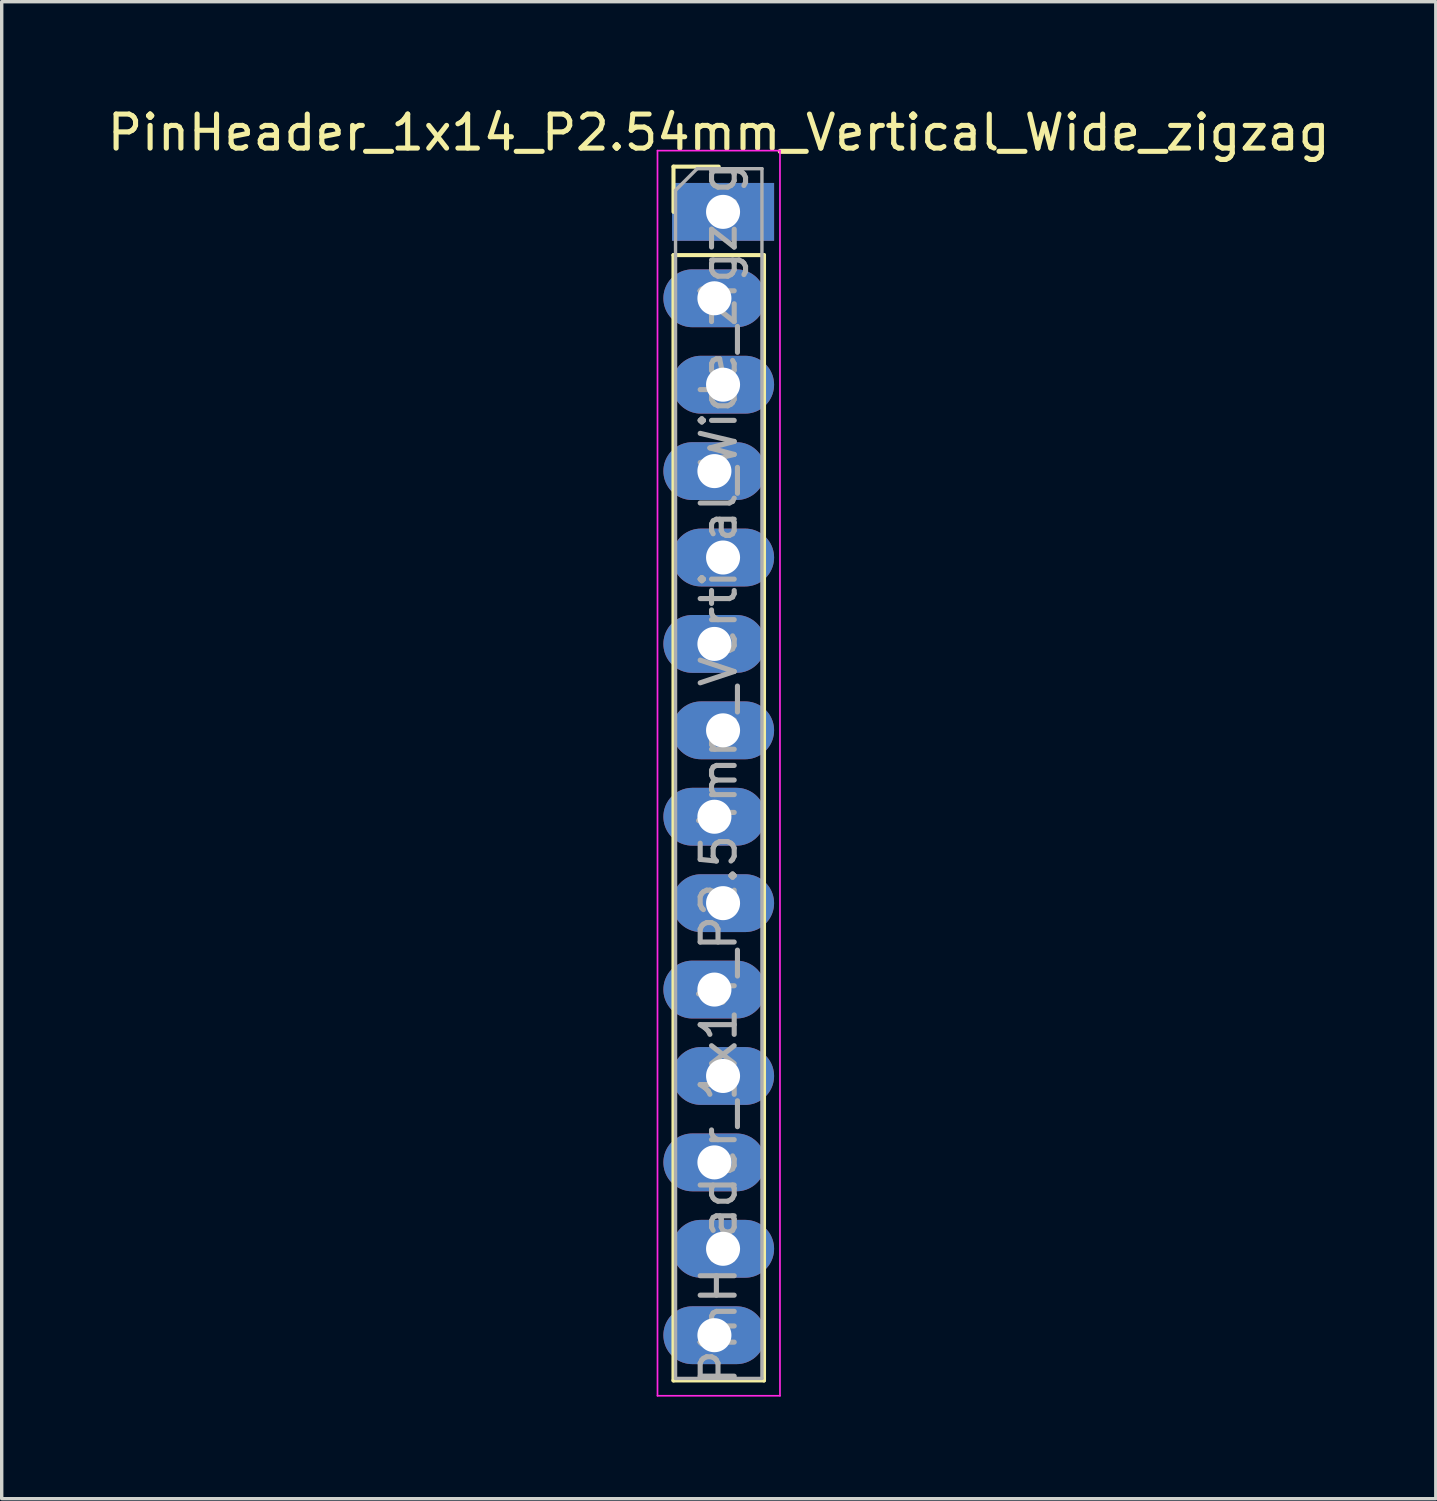
<source format=kicad_pcb>
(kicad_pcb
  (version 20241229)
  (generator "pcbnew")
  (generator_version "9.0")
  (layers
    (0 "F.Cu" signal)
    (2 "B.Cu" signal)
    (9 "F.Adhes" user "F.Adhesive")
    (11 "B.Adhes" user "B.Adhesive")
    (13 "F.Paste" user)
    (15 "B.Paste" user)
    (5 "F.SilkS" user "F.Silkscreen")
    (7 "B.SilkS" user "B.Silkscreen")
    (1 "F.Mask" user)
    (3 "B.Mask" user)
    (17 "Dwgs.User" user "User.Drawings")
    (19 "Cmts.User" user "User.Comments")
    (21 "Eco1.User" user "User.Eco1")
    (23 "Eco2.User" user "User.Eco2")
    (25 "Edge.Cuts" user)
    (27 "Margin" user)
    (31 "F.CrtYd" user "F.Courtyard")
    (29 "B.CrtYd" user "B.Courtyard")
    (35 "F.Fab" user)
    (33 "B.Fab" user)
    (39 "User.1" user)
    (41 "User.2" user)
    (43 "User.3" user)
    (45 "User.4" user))
  (footprint "PinHeader_1x14_P2.54mm_Vertical_Wide_zigzag"
    (layer "F.Cu")
    (at 18.077 3.178)
    (property "Reference" "PinHeader_1x14_P2.54mm_Vertical_Wide_zigzag" (at 0 -2.33 0) (layer "F.SilkS") (effects (font (size 1 1) (thickness 0.15))))
    (attr through_hole)
    (fp_line (start -1.33 -1.33) (end 0 -1.33) (stroke (width 0.12) (type solid)) (layer "F.SilkS"))
    (fp_line (start -1.33 0) (end -1.33 -1.33) (stroke (width 0.12) (type solid)) (layer "F.SilkS"))
    (fp_line (start -1.33 1.27) (end -1.33 34.35) (stroke (width 0.12) (type solid)) (layer "F.SilkS"))
    (fp_line (start -1.33 1.27) (end 1.33 1.27) (stroke (width 0.12) (type solid)) (layer "F.SilkS"))
    (fp_line (start -1.33 34.35) (end 1.33 34.35) (stroke (width 0.12) (type solid)) (layer "F.SilkS"))
    (fp_line (start 1.33 1.27) (end 1.33 34.35) (stroke (width 0.12) (type solid)) (layer "F.SilkS"))
    (fp_line (start -1.8 -1.8) (end -1.8 34.8) (stroke (width 0.05) (type solid)) (layer "F.CrtYd"))
    (fp_line (start -1.8 34.8) (end 1.8 34.8) (stroke (width 0.05) (type solid)) (layer "F.CrtYd"))
    (fp_line (start 1.8 -1.8) (end -1.8 -1.8) (stroke (width 0.05) (type solid)) (layer "F.CrtYd"))
    (fp_line (start 1.8 34.8) (end 1.8 -1.8) (stroke (width 0.05) (type solid)) (layer "F.CrtYd"))
    (fp_line (start -1.27 -0.635) (end -0.635 -1.27) (stroke (width 0.1) (type solid)) (layer "F.Fab"))
    (fp_line (start -1.27 34.29) (end -1.27 -0.635) (stroke (width 0.1) (type solid)) (layer "F.Fab"))
    (fp_line (start -0.635 -1.27) (end 1.27 -1.27) (stroke (width 0.1) (type solid)) (layer "F.Fab"))
    (fp_line (start 1.27 -1.27) (end 1.27 34.29) (stroke (width 0.1) (type solid)) (layer "F.Fab"))
    (fp_line (start 1.27 34.29) (end -1.27 34.29) (stroke (width 0.1) (type solid)) (layer "F.Fab"))
    (fp_text user "${REFERENCE}" (at 0 16.51 90) (layer "F.Fab") (effects (font (size 1 1) (thickness 0.15))))
    (pad "1" thru_hole rect (at 0.127 0) (size 3 1.7) (drill 1) (layers "*.Cu" "*.Mask"))
    (pad "2" thru_hole oval (at -0.127 2.54) (size 3 1.7) (drill 1) (layers "*.Cu" "*.Mask"))
    (pad "3" thru_hole oval (at 0.127 5.08) (size 3 1.7) (drill 1) (layers "*.Cu" "*.Mask"))
    (pad "4" thru_hole oval (at -0.127 7.62) (size 3 1.7) (drill 1) (layers "*.Cu" "*.Mask"))
    (pad "5" thru_hole oval (at 0.127 10.16) (size 3 1.7) (drill 1) (layers "*.Cu" "*.Mask"))
    (pad "6" thru_hole oval (at -0.127 12.7) (size 3 1.7) (drill 1) (layers "*.Cu" "*.Mask"))
    (pad "7" thru_hole oval (at 0.127 15.24) (size 3 1.7) (drill 1) (layers "*.Cu" "*.Mask"))
    (pad "8" thru_hole oval (at -0.127 17.78) (size 3 1.7) (drill 1) (layers "*.Cu" "*.Mask"))
    (pad "9" thru_hole oval (at 0.127 20.32) (size 3 1.7) (drill 1) (layers "*.Cu" "*.Mask"))
    (pad "10" thru_hole oval (at -0.127 22.86) (size 3 1.7) (drill 1) (layers "*.Cu" "*.Mask"))
    (pad "11" thru_hole oval (at 0.127 25.4) (size 3 1.7) (drill 1) (layers "*.Cu" "*.Mask"))
    (pad "12" thru_hole oval (at -0.127 27.94) (size 3 1.7) (drill 1) (layers "*.Cu" "*.Mask"))
    (pad "13" thru_hole oval (at 0.127 30.48) (size 3 1.7) (drill 1) (layers "*.Cu" "*.Mask"))
    (pad "14" thru_hole oval (at -0.127 33.02) (size 3 1.7) (drill 1) (layers "*.Cu" "*.Mask")))
  (gr_rect
    (start -3 -3)
    (end 39.155 41.003)
    (stroke (width 0.1) (type default))
    (fill no)
    (layer "Edge.Cuts")))
</source>
